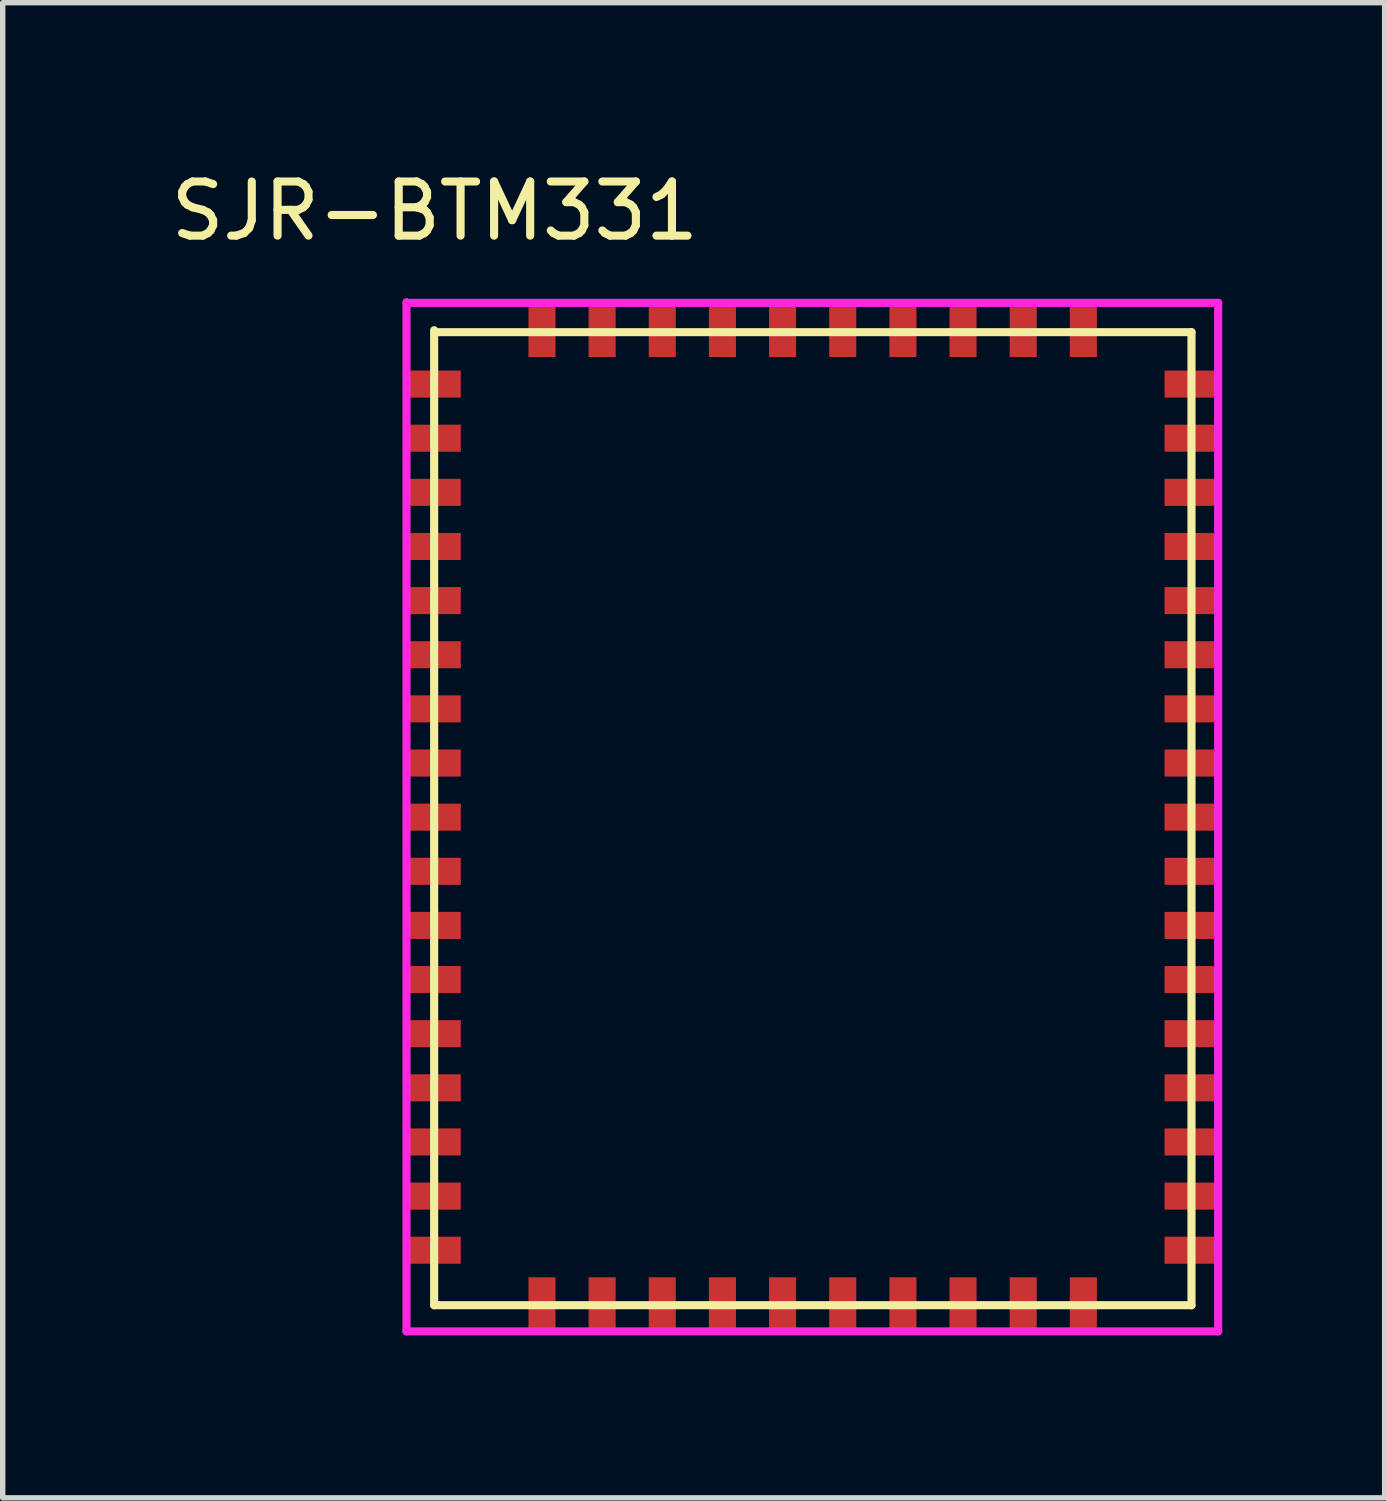
<source format=kicad_pcb>
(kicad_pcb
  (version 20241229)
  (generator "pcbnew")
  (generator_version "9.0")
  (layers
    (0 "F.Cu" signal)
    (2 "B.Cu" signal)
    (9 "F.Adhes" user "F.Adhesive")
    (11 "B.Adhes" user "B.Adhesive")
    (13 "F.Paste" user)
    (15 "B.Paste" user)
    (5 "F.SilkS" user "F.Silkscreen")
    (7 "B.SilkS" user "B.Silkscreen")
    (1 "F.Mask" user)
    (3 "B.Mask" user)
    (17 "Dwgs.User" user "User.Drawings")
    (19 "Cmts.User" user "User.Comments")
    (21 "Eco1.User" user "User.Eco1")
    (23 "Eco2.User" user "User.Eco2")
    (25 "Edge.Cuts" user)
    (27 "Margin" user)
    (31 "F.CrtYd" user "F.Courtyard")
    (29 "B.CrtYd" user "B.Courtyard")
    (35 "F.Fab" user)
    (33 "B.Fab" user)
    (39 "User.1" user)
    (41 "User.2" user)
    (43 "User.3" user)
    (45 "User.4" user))
  (footprint "SJR-BTM331"
    (layer "F.Cu")
    (at 4.962 3.045)
    (property "Reference" "SJR-BTM331" (at 0.02 -2.197 0) (layer "F.SilkS") (effects (font (size 1 1) (thickness 0.15))))
    (attr through_hole)
    (fp_line (start -0.498 -0.503) (end -0.495 -0.5) (stroke (width 0.15) (type solid)) (layer "F.SilkS"))
    (fp_line (start 0.008 0.005) (end 0.008 18.016) (stroke (width 0.15) (type solid)) (layer "F.SilkS"))
    (fp_line (start 0.008 18.016) (end 13.998 18.016) (stroke (width 0.15) (type solid)) (layer "F.SilkS"))
    (fp_line (start 13.998 0.041) (end 0.023 0.041) (stroke (width 0.15) (type solid)) (layer "F.SilkS"))
    (fp_line (start 13.998 18.016) (end 13.998 0.041) (stroke (width 0.15) (type solid)) (layer "F.SilkS"))
    (fp_line (start -0.503 -0.511) (end -0.503 18.499) (stroke (width 0.15) (type solid)) (layer "F.CrtYd"))
    (fp_line (start -0.503 18.499) (end 14.491 18.499) (stroke (width 0.15) (type solid)) (layer "F.CrtYd"))
    (fp_line (start 14.491 -0.5) (end -0.495 -0.5) (stroke (width 0.15) (type solid)) (layer "F.CrtYd"))
    (fp_line (start 14.491 18.499) (end 14.491 -0.5) (stroke (width 0.15) (type solid)) (layer "F.CrtYd"))
    (pad "1" smd rect (at 0 1) (size 1 0.5) (layers "F.Cu" "F.Mask" "F.Paste"))
    (pad "2" smd rect (at 0 2) (size 1 0.5) (layers "F.Cu" "F.Mask" "F.Paste"))
    (pad "3" smd rect (at 0 3) (size 1 0.5) (layers "F.Cu" "F.Mask" "F.Paste"))
    (pad "4" smd rect (at 0 4) (size 1 0.5) (layers "F.Cu" "F.Mask" "F.Paste"))
    (pad "5" smd rect (at 0 5) (size 1 0.5) (layers "F.Cu" "F.Mask" "F.Paste"))
    (pad "6" smd rect (at 0 6) (size 1 0.5) (layers "F.Cu" "F.Mask" "F.Paste"))
    (pad "7" smd rect (at 0 7) (size 1 0.5) (layers "F.Cu" "F.Mask" "F.Paste"))
    (pad "8" smd rect (at 0 8) (size 1 0.5) (layers "F.Cu" "F.Mask" "F.Paste"))
    (pad "9" smd rect (at 0 9) (size 1 0.5) (layers "F.Cu" "F.Mask" "F.Paste"))
    (pad "10" smd rect (at 0 10) (size 1 0.5) (layers "F.Cu" "F.Mask" "F.Paste"))
    (pad "11" smd rect (at 0 11) (size 1 0.5) (layers "F.Cu" "F.Mask" "F.Paste"))
    (pad "12" smd rect (at 0 12) (size 1 0.5) (layers "F.Cu" "F.Mask" "F.Paste"))
    (pad "13" smd rect (at 0 13) (size 1 0.5) (layers "F.Cu" "F.Mask" "F.Paste"))
    (pad "14" smd rect (at 0 14) (size 1 0.5) (layers "F.Cu" "F.Mask" "F.Paste"))
    (pad "15" smd rect (at 0 15) (size 1 0.5) (layers "F.Cu" "F.Mask" "F.Paste"))
    (pad "16" smd rect (at 0 16) (size 1 0.5) (layers "F.Cu" "F.Mask" "F.Paste"))
    (pad "17" smd rect (at 0 17) (size 1 0.5) (layers "F.Cu" "F.Mask" "F.Paste"))
    (pad "18" smd rect (at 2 18) (size 0.5 1) (layers "F.Cu" "F.Mask" "F.Paste"))
    (pad "19" smd rect (at 3.111 18) (size 0.5 1) (layers "F.Cu" "F.Mask" "F.Paste"))
    (pad "20" smd rect (at 4.222 18) (size 0.5 1) (layers "F.Cu" "F.Mask" "F.Paste"))
    (pad "21" smd rect (at 5.333 18) (size 0.5 1) (layers "F.Cu" "F.Mask" "F.Paste"))
    (pad "22" smd rect (at 6.444 18) (size 0.5 1) (layers "F.Cu" "F.Mask" "F.Paste"))
    (pad "23" smd rect (at 7.556 18) (size 0.5 1) (layers "F.Cu" "F.Mask" "F.Paste"))
    (pad "24" smd rect (at 8.667 18) (size 0.5 1) (layers "F.Cu" "F.Mask" "F.Paste"))
    (pad "25" smd rect (at 9.778 18) (size 0.5 1) (layers "F.Cu" "F.Mask" "F.Paste"))
    (pad "26" smd rect (at 10.889 18) (size 0.5 1) (layers "F.Cu" "F.Mask" "F.Paste"))
    (pad "27" smd rect (at 12 18) (size 0.5 1) (layers "F.Cu" "F.Mask" "F.Paste"))
    (pad "28" smd rect (at 14 17) (size 1 0.5) (layers "F.Cu" "F.Mask" "F.Paste"))
    (pad "29" smd rect (at 14 16) (size 1 0.5) (layers "F.Cu" "F.Mask" "F.Paste"))
    (pad "30" smd rect (at 14 15) (size 1 0.5) (layers "F.Cu" "F.Mask" "F.Paste"))
    (pad "31" smd rect (at 14 14) (size 1 0.5) (layers "F.Cu" "F.Mask" "F.Paste"))
    (pad "32" smd rect (at 14 13) (size 1 0.5) (layers "F.Cu" "F.Mask" "F.Paste"))
    (pad "33" smd rect (at 14 12) (size 1 0.5) (layers "F.Cu" "F.Mask" "F.Paste"))
    (pad "34" smd rect (at 14 11) (size 1 0.5) (layers "F.Cu" "F.Mask" "F.Paste"))
    (pad "35" smd rect (at 14 10) (size 1 0.5) (layers "F.Cu" "F.Mask" "F.Paste"))
    (pad "36" smd rect (at 14 9) (size 1 0.5) (layers "F.Cu" "F.Mask" "F.Paste"))
    (pad "37" smd rect (at 14 8) (size 1 0.5) (layers "F.Cu" "F.Mask" "F.Paste"))
    (pad "38" smd rect (at 14 7) (size 1 0.5) (layers "F.Cu" "F.Mask" "F.Paste"))
    (pad "39" smd rect (at 14 6) (size 1 0.5) (layers "F.Cu" "F.Mask" "F.Paste"))
    (pad "40" smd rect (at 14 5) (size 1 0.5) (layers "F.Cu" "F.Mask" "F.Paste"))
    (pad "41" smd rect (at 14 4) (size 1 0.5) (layers "F.Cu" "F.Mask" "F.Paste"))
    (pad "42" smd rect (at 14 3) (size 1 0.5) (layers "F.Cu" "F.Mask" "F.Paste"))
    (pad "43" smd rect (at 14 2) (size 1 0.5) (layers "F.Cu" "F.Mask" "F.Paste"))
    (pad "44" smd rect (at 14 1) (size 1 0.5) (layers "F.Cu" "F.Mask" "F.Paste"))
    (pad "45" smd rect (at 12 0) (size 0.5 1) (layers "F.Cu" "F.Mask" "F.Paste"))
    (pad "46" smd rect (at 10.889 0) (size 0.5 1) (layers "F.Cu" "F.Mask" "F.Paste"))
    (pad "47" smd rect (at 9.778 0) (size 0.5 1) (layers "F.Cu" "F.Mask" "F.Paste"))
    (pad "48" smd rect (at 8.667 0) (size 0.5 1) (layers "F.Cu" "F.Mask" "F.Paste"))
    (pad "49" smd rect (at 7.556 0) (size 0.5 1) (layers "F.Cu" "F.Mask" "F.Paste"))
    (pad "50" smd rect (at 6.444 0) (size 0.5 1) (layers "F.Cu" "F.Mask" "F.Paste"))
    (pad "51" smd rect (at 5.333 0) (size 0.5 1) (layers "F.Cu" "F.Mask" "F.Paste"))
    (pad "52" smd rect (at 4.222 0) (size 0.5 1) (layers "F.Cu" "F.Mask" "F.Paste"))
    (pad "53" smd rect (at 3.111 0) (size 0.5 1) (layers "F.Cu" "F.Mask" "F.Paste"))
    (pad "54" smd rect (at 2 0) (size 0.5 1) (layers "F.Cu" "F.Mask" "F.Paste")))
  (gr_rect
    (start -3 -3)
    (end 22.528 24.619)
    (stroke (width 0.1) (type default))
    (fill no)
    (layer "Edge.Cuts")))
</source>
